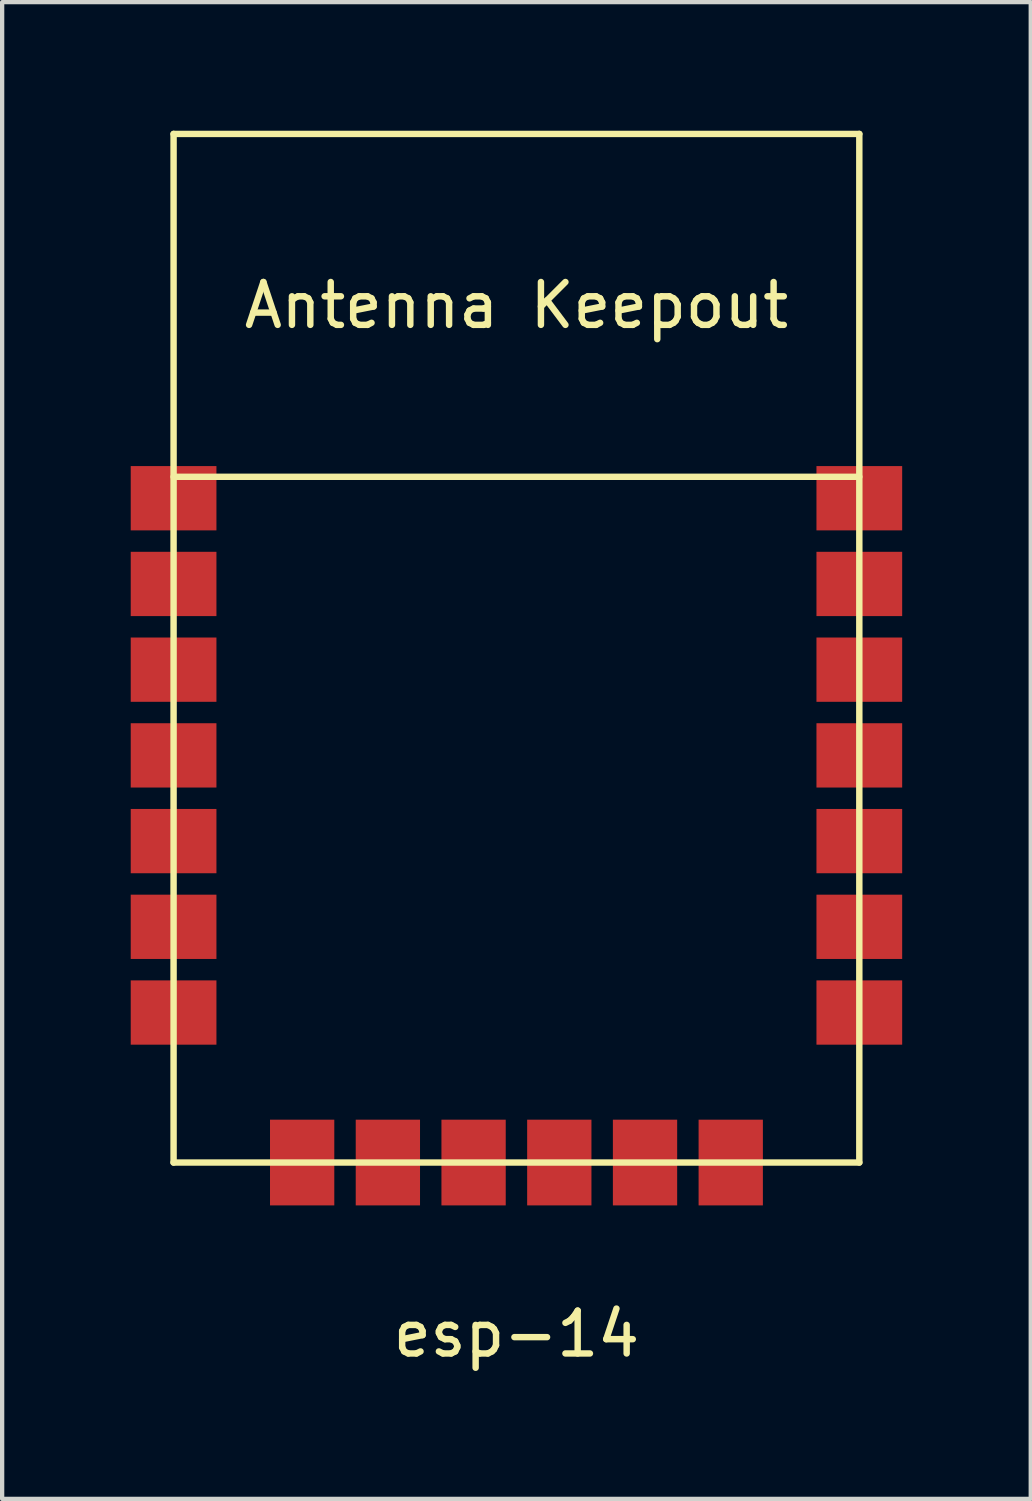
<source format=kicad_pcb>
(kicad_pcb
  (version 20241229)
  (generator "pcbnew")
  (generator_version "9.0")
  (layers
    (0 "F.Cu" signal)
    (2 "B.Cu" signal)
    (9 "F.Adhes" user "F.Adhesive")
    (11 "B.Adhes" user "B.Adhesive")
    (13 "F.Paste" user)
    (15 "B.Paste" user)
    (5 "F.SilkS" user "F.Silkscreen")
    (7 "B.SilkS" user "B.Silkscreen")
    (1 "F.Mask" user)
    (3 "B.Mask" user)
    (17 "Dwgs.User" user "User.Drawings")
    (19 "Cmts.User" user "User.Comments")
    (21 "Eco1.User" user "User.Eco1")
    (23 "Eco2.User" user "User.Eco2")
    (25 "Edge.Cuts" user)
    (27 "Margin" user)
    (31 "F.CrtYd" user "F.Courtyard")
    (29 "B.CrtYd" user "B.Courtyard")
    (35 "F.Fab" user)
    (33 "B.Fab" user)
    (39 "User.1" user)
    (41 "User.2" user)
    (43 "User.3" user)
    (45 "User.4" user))
  (footprint "esp-14"
    (layer "F.Cu")
    (at 8 10.075)
    (property "Reference" "esp-14" (at 1 18 0) (layer "F.SilkS") (effects (font (size 1 1) (thickness 0.15))))
    (attr through_hole)
    (fp_line (start -7 -10) (end -7 14) (stroke (width 0.15) (type solid)) (layer "F.SilkS"))
    (fp_line (start -7 -2) (end 9 -2) (stroke (width 0.15) (type solid)) (layer "F.SilkS"))
    (fp_line (start -7 14) (end 9 14) (stroke (width 0.15) (type solid)) (layer "F.SilkS"))
    (fp_line (start 9 -10) (end -7 -10) (stroke (width 0.15) (type solid)) (layer "F.SilkS"))
    (fp_line (start 9 14) (end 9 -10) (stroke (width 0.15) (type solid)) (layer "F.SilkS"))
    (fp_text user "Antenna Keepout" (at 1 -6 0) (layer "F.SilkS") (effects (font (size 1 1) (thickness 0.15))))
    (pad "1" smd rect (at -7 -1.5) (size 2 1.5) (layers "F.Cu" "F.Mask" "F.Paste"))
    (pad "2" smd rect (at -7 0.5) (size 2 1.5) (layers "F.Cu" "F.Mask" "F.Paste"))
    (pad "3" smd rect (at -7 2.5) (size 2 1.5) (layers "F.Cu" "F.Mask" "F.Paste"))
    (pad "5" smd rect (at -7 4.5) (size 2 1.5) (layers "F.Cu" "F.Mask" "F.Paste"))
    (pad "6" smd rect (at -7 6.5) (size 2 1.5) (layers "F.Cu" "F.Mask" "F.Paste"))
    (pad "7" smd rect (at -7 8.5) (size 2 1.5) (layers "F.Cu" "F.Mask" "F.Paste"))
    (pad "8" smd rect (at -7 10.5) (size 2 1.5) (layers "F.Cu" "F.Mask" "F.Paste"))
    (pad "9" smd rect (at -4 14) (size 1.5 2) (layers "F.Cu" "F.Mask" "F.Paste"))
    (pad "10" smd rect (at -2 14) (size 1.5 2) (layers "F.Cu" "F.Mask" "F.Paste"))
    (pad "11" smd rect (at 0 14) (size 1.5 2) (layers "F.Cu" "F.Mask" "F.Paste"))
    (pad "12" smd rect (at 2 14) (size 1.5 2) (layers "F.Cu" "F.Mask" "F.Paste"))
    (pad "13" smd rect (at 4 14) (size 1.5 2) (layers "F.Cu" "F.Mask" "F.Paste"))
    (pad "14" smd rect (at 6 14) (size 1.5 2) (layers "F.Cu" "F.Mask" "F.Paste"))
    (pad "15" smd rect (at 9 10.5) (size 2 1.5) (layers "F.Cu" "F.Mask" "F.Paste"))
    (pad "16" smd rect (at 9 8.5) (size 2 1.5) (layers "F.Cu" "F.Mask" "F.Paste"))
    (pad "17" smd rect (at 9 6.5) (size 2 1.5) (layers "F.Cu" "F.Mask" "F.Paste"))
    (pad "18" smd rect (at 9 4.5) (size 2 1.5) (layers "F.Cu" "F.Mask" "F.Paste"))
    (pad "19" smd rect (at 9 2.5) (size 2 1.5) (layers "F.Cu" "F.Mask" "F.Paste"))
    (pad "20" smd rect (at 9 0.5) (size 2 1.5) (layers "F.Cu" "F.Mask" "F.Paste"))
    (pad "21" smd rect (at 9 -1.5) (size 2 1.5) (layers "F.Cu" "F.Mask" "F.Paste")))
  (gr_rect
    (start -3 -3)
    (end 21 31.923)
    (stroke (width 0.1) (type default))
    (fill no)
    (layer "Edge.Cuts")))
</source>
